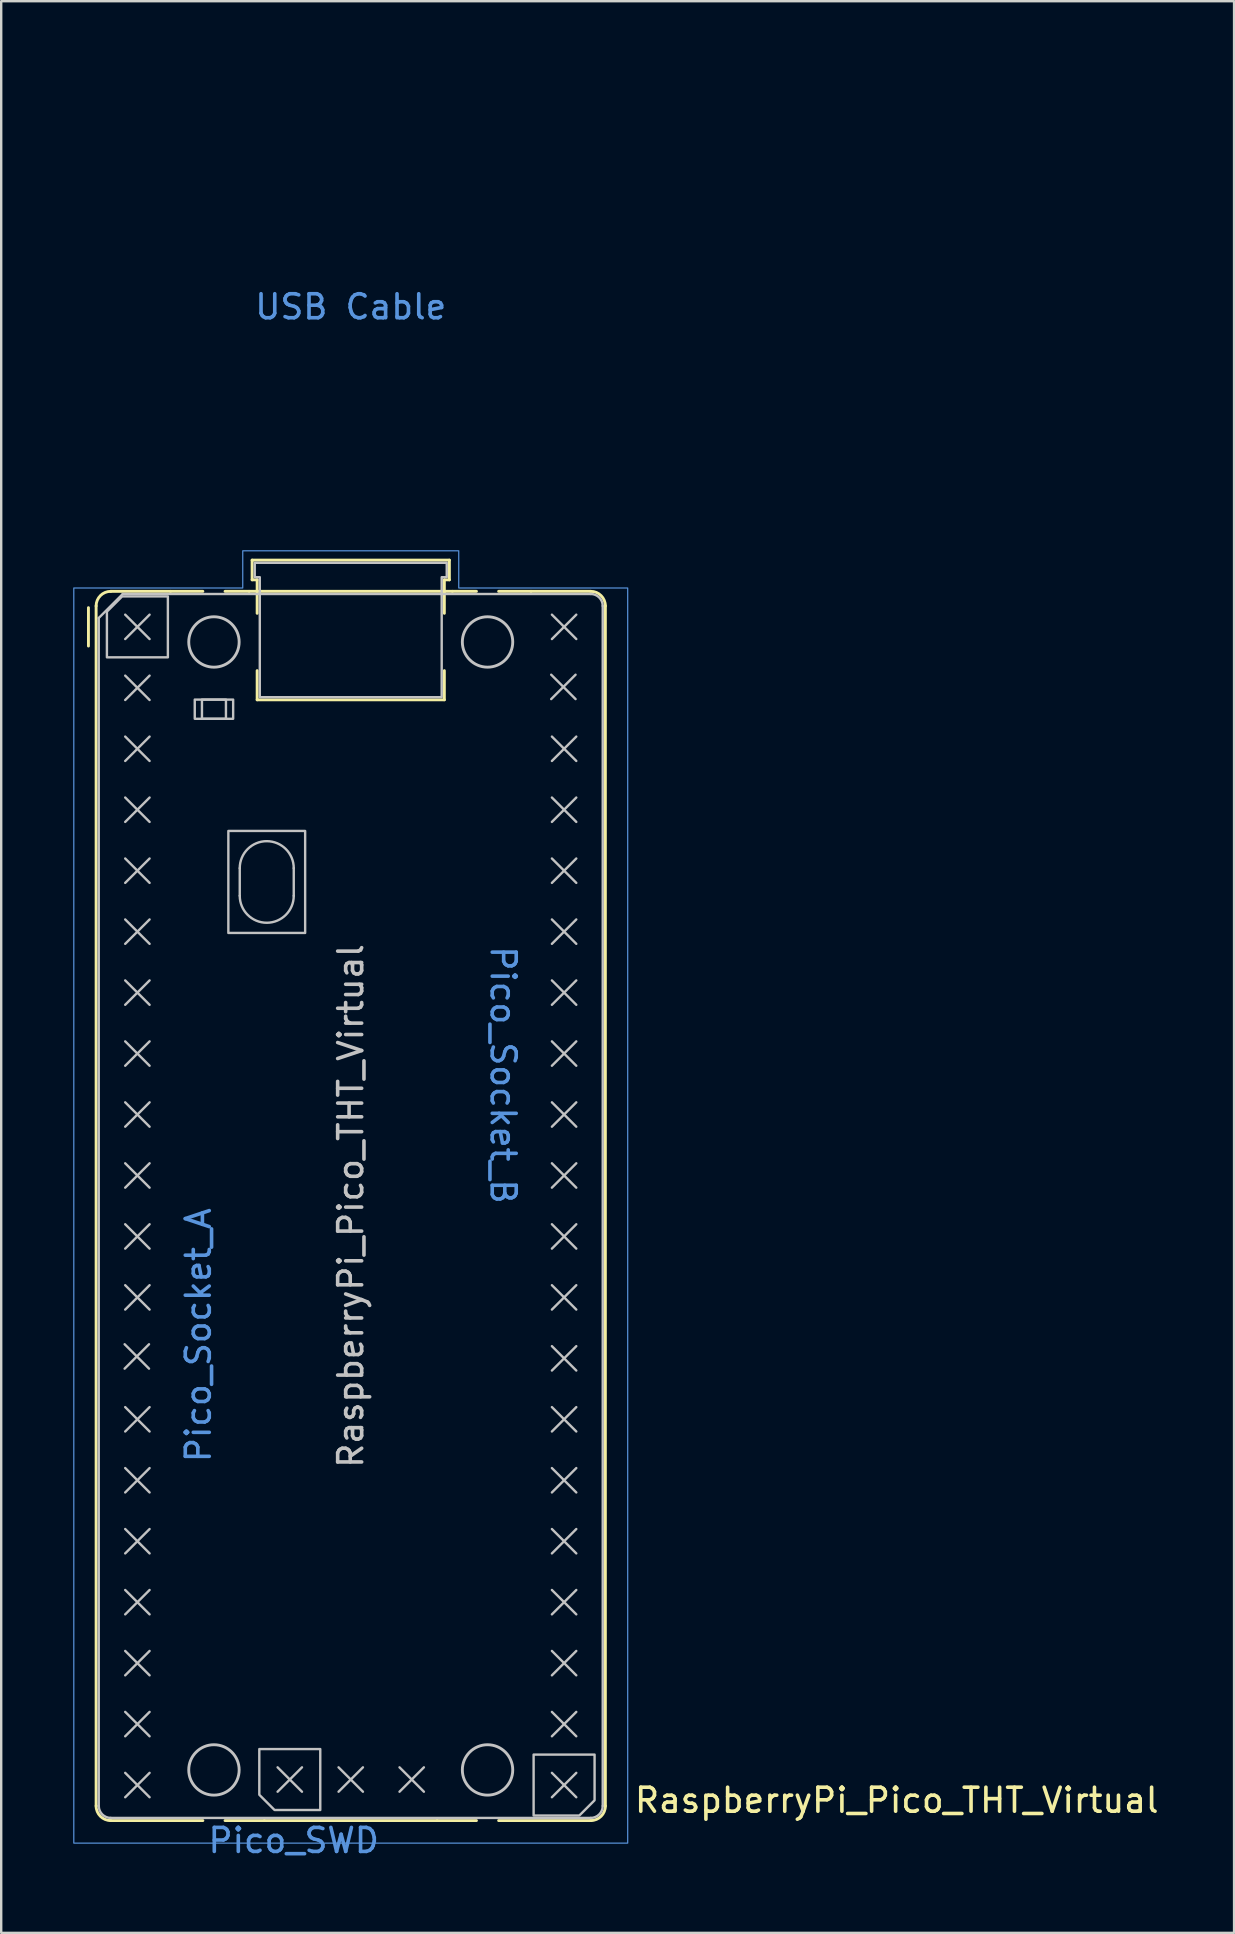
<source format=kicad_pcb>
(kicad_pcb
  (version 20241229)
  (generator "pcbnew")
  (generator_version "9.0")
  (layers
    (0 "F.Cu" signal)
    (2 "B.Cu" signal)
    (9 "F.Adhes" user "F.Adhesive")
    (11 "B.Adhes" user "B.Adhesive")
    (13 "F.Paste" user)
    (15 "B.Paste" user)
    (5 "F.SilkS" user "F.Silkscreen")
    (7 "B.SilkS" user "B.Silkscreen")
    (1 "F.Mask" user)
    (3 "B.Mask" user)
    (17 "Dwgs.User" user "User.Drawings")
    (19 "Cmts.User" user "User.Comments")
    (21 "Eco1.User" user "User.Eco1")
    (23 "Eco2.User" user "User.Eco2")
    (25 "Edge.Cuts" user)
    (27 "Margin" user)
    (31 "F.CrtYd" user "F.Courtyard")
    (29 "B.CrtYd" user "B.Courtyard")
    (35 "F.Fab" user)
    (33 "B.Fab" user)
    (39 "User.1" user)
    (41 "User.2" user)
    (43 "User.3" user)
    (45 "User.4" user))
  (footprint "RaspberryPi_Pico_THT_Virtual"
    (layer "F.Cu")
    (at 11.565 47.2)
    (property "Reference" "RaspberryPi_Pico_THT_Virtual" (at 11.748 24.765 0) (unlocked yes) (layer "F.SilkS") (effects (font (size 1 1) (thickness 0.15)) (justify left)))
    (attr exclude_from_pos_files allow_missing_courtyard)
    (fp_line (start -10.93 -23.33) (end -10.93 -24.93) (stroke (width 0.12) (type solid)) (layer "F.SilkS"))
    (fp_line (start -10.61 -25) (end -10.61 25) (stroke (width 0.12) (type solid)) (layer "F.SilkS"))
    (fp_line (start -10 -25.61) (end -7.51 -25.61) (stroke (width 0.12) (type solid)) (layer "F.SilkS"))
    (fp_line (start -10 25.61) (end -6.162 25.61) (stroke (width 0.12) (type solid)) (layer "F.SilkS"))
    (fp_line (start -7.51 -25.61) (end -6.162 -25.61) (stroke (width 0.12) (type solid)) (layer "F.SilkS"))
    (fp_line (start -5.238 -25.61) (end -4.235 -25.61) (stroke (width 0.12) (type solid)) (layer "F.SilkS"))
    (fp_line (start -4.235 -25.61) (end 4.235 -25.61) (stroke (width 0.12) (type solid)) (layer "F.SilkS"))
    (fp_line (start -4.11 -26.91) (end -4.11 -26.09) (stroke (width 0.12) (type solid)) (layer "F.SilkS"))
    (fp_line (start -4.11 -26.91) (end 4.11 -26.91) (stroke (width 0.12) (type solid)) (layer "F.SilkS"))
    (fp_line (start -4.11 -26.09) (end -3.9 -26.09) (stroke (width 0.12) (type solid)) (layer "F.SilkS"))
    (fp_line (start -3.9 -26.09) (end -3.9 -24.694) (stroke (width 0.12) (type solid)) (layer "F.SilkS"))
    (fp_line (start -3.9 -22.306) (end -3.9 -21.09) (stroke (width 0.12) (type solid)) (layer "F.SilkS"))
    (fp_line (start -3.6 25.61) (end -5.238 25.61) (stroke (width 0.12) (type solid)) (layer "F.SilkS"))
    (fp_line (start 3.6 25.61) (end -3.6 25.61) (stroke (width 0.12) (type solid)) (layer "F.SilkS"))
    (fp_line (start 3.9 -26.09) (end 3.9 -24.694) (stroke (width 0.12) (type solid)) (layer "F.SilkS"))
    (fp_line (start 3.9 -22.306) (end 3.9 -21.09) (stroke (width 0.12) (type solid)) (layer "F.SilkS"))
    (fp_line (start 3.9 -21.09) (end -3.9 -21.09) (stroke (width 0.12) (type solid)) (layer "F.SilkS"))
    (fp_line (start 4.11 -26.91) (end 4.11 -26.09) (stroke (width 0.12) (type solid)) (layer "F.SilkS"))
    (fp_line (start 4.11 -26.09) (end 3.9 -26.09) (stroke (width 0.12) (type solid)) (layer "F.SilkS"))
    (fp_line (start 4.235 -25.61) (end 5.238 -25.61) (stroke (width 0.12) (type solid)) (layer "F.SilkS"))
    (fp_line (start 5.238 25.61) (end 3.6 25.61) (stroke (width 0.12) (type solid)) (layer "F.SilkS"))
    (fp_line (start 6.162 -25.61) (end 7.51 -25.61) (stroke (width 0.12) (type solid)) (layer "F.SilkS"))
    (fp_line (start 6.162 25.61) (end 10 25.61) (stroke (width 0.12) (type solid)) (layer "F.SilkS"))
    (fp_line (start 7.51 -25.61) (end 10 -25.61) (stroke (width 0.12) (type solid)) (layer "F.SilkS"))
    (fp_line (start 10.61 -25) (end 10.61 25) (stroke (width 0.12) (type solid)) (layer "F.SilkS"))
    (fp_arc (start -10.61 -25) (mid -10.431335 -25.431335) (end -10 -25.61) (stroke (width 0.12) (type solid)) (layer "F.SilkS"))
    (fp_arc (start -10 25.61) (mid -10.431364 25.431364) (end -10.61 25) (stroke (width 0.12) (type solid)) (layer "F.SilkS"))
    (fp_arc (start 10 -25.61) (mid 10.431335 -25.431335) (end 10.61 -25) (stroke (width 0.12) (type solid)) (layer "F.SilkS"))
    (fp_arc (start 10.61 25) (mid 10.431335 25.431335) (end 10 25.61) (stroke (width 0.12) (type solid)) (layer "F.SilkS"))
    (fp_line (start -10.5 -24.5) (end -9.5 -25.5) (stroke (width 0.1) (type solid)) (layer "Dwgs.User"))
    (fp_line (start -10.5 25) (end -10.5 -24.5) (stroke (width 0.1) (type solid)) (layer "Dwgs.User"))
    (fp_line (start -9.5 -25.5) (end 10 -25.5) (stroke (width 0.1) (type solid)) (layer "Dwgs.User"))
    (fp_line (start -9.422 5.763) (end -8.406 6.779) (stroke (width 0.1) (type solid)) (layer "Dwgs.User"))
    (fp_line (start -9.398 -24.638) (end -8.382 -23.622) (stroke (width 0.1) (type solid)) (layer "Dwgs.User"))
    (fp_line (start -9.398 -22.098) (end -8.382 -21.082) (stroke (width 0.1) (type solid)) (layer "Dwgs.User"))
    (fp_line (start -9.398 -19.558) (end -8.382 -18.542) (stroke (width 0.1) (type solid)) (layer "Dwgs.User"))
    (fp_line (start -9.398 -17.018) (end -8.382 -16.002) (stroke (width 0.1) (type solid)) (layer "Dwgs.User"))
    (fp_line (start -9.398 -14.478) (end -8.382 -13.462) (stroke (width 0.1) (type solid)) (layer "Dwgs.User"))
    (fp_line (start -9.398 -11.938) (end -8.382 -10.922) (stroke (width 0.1) (type solid)) (layer "Dwgs.User"))
    (fp_line (start -9.398 -9.398) (end -8.382 -8.382) (stroke (width 0.1) (type solid)) (layer "Dwgs.User"))
    (fp_line (start -9.398 -6.858) (end -8.382 -5.842) (stroke (width 0.1) (type solid)) (layer "Dwgs.User"))
    (fp_line (start -9.398 -4.318) (end -8.382 -3.302) (stroke (width 0.1) (type solid)) (layer "Dwgs.User"))
    (fp_line (start -9.398 -1.778) (end -8.382 -0.762) (stroke (width 0.1) (type solid)) (layer "Dwgs.User"))
    (fp_line (start -9.398 0.762) (end -8.382 1.778) (stroke (width 0.1) (type solid)) (layer "Dwgs.User"))
    (fp_line (start -9.398 3.302) (end -8.382 4.318) (stroke (width 0.1) (type solid)) (layer "Dwgs.User"))
    (fp_line (start -9.398 8.382) (end -8.382 9.398) (stroke (width 0.1) (type solid)) (layer "Dwgs.User"))
    (fp_line (start -9.398 10.922) (end -8.382 11.938) (stroke (width 0.1) (type solid)) (layer "Dwgs.User"))
    (fp_line (start -9.398 13.462) (end -8.382 14.478) (stroke (width 0.1) (type solid)) (layer "Dwgs.User"))
    (fp_line (start -9.398 16.002) (end -8.382 17.018) (stroke (width 0.1) (type solid)) (layer "Dwgs.User"))
    (fp_line (start -9.398 18.542) (end -8.382 19.558) (stroke (width 0.1) (type solid)) (layer "Dwgs.User"))
    (fp_line (start -9.398 21.082) (end -8.382 22.098) (stroke (width 0.1) (type solid)) (layer "Dwgs.User"))
    (fp_line (start -9.398 23.622) (end -8.382 24.638) (stroke (width 0.1) (type solid)) (layer "Dwgs.User"))
    (fp_line (start -8.406 5.763) (end -9.422 6.779) (stroke (width 0.1) (type solid)) (layer "Dwgs.User"))
    (fp_line (start -8.382 -24.638) (end -9.398 -23.622) (stroke (width 0.1) (type solid)) (layer "Dwgs.User"))
    (fp_line (start -8.382 -22.098) (end -9.398 -21.082) (stroke (width 0.1) (type solid)) (layer "Dwgs.User"))
    (fp_line (start -8.382 -19.558) (end -9.398 -18.542) (stroke (width 0.1) (type solid)) (layer "Dwgs.User"))
    (fp_line (start -8.382 -17.018) (end -9.398 -16.002) (stroke (width 0.1) (type solid)) (layer "Dwgs.User"))
    (fp_line (start -8.382 -14.478) (end -9.398 -13.462) (stroke (width 0.1) (type solid)) (layer "Dwgs.User"))
    (fp_line (start -8.382 -11.938) (end -9.398 -10.922) (stroke (width 0.1) (type solid)) (layer "Dwgs.User"))
    (fp_line (start -8.382 -9.398) (end -9.398 -8.382) (stroke (width 0.1) (type solid)) (layer "Dwgs.User"))
    (fp_line (start -8.382 -6.858) (end -9.398 -5.842) (stroke (width 0.1) (type solid)) (layer "Dwgs.User"))
    (fp_line (start -8.382 -4.318) (end -9.398 -3.302) (stroke (width 0.1) (type solid)) (layer "Dwgs.User"))
    (fp_line (start -8.382 -1.778) (end -9.398 -0.762) (stroke (width 0.1) (type solid)) (layer "Dwgs.User"))
    (fp_line (start -8.382 0.762) (end -9.398 1.778) (stroke (width 0.1) (type solid)) (layer "Dwgs.User"))
    (fp_line (start -8.382 3.302) (end -9.398 4.318) (stroke (width 0.1) (type solid)) (layer "Dwgs.User"))
    (fp_line (start -8.382 8.382) (end -9.398 9.398) (stroke (width 0.1) (type solid)) (layer "Dwgs.User"))
    (fp_line (start -8.382 10.922) (end -9.398 11.938) (stroke (width 0.1) (type solid)) (layer "Dwgs.User"))
    (fp_line (start -8.382 13.462) (end -9.398 14.478) (stroke (width 0.1) (type solid)) (layer "Dwgs.User"))
    (fp_line (start -8.382 16.002) (end -9.398 17.018) (stroke (width 0.1) (type solid)) (layer "Dwgs.User"))
    (fp_line (start -8.382 18.542) (end -9.398 19.558) (stroke (width 0.1) (type solid)) (layer "Dwgs.User"))
    (fp_line (start -8.382 21.082) (end -9.398 22.098) (stroke (width 0.1) (type solid)) (layer "Dwgs.User"))
    (fp_line (start -8.382 23.622) (end -9.398 24.638) (stroke (width 0.1) (type solid)) (layer "Dwgs.User"))
    (fp_line (start -4.625 -14.075) (end -4.625 -12.925) (stroke (width 0.1) (type solid)) (layer "Dwgs.User"))
    (fp_line (start -3.048 23.392) (end -2.032 24.408) (stroke (width 0.1) (type solid)) (layer "Dwgs.User"))
    (fp_line (start -2.375 -14.075) (end -2.375 -12.925) (stroke (width 0.1) (type solid)) (layer "Dwgs.User"))
    (fp_line (start -2.032 23.392) (end -3.048 24.408) (stroke (width 0.1) (type solid)) (layer "Dwgs.User"))
    (fp_line (start -0.508 23.392) (end 0.508 24.408) (stroke (width 0.1) (type solid)) (layer "Dwgs.User"))
    (fp_line (start 0.508 23.392) (end -0.508 24.408) (stroke (width 0.1) (type solid)) (layer "Dwgs.User"))
    (fp_line (start 2.032 23.392) (end 3.048 24.408) (stroke (width 0.1) (type solid)) (layer "Dwgs.User"))
    (fp_line (start 3.048 23.392) (end 2.032 24.408) (stroke (width 0.1) (type solid)) (layer "Dwgs.User"))
    (fp_line (start 8.352 -22.136) (end 9.368 -21.12) (stroke (width 0.1) (type solid)) (layer "Dwgs.User"))
    (fp_line (start 8.382 -24.638) (end 9.398 -23.622) (stroke (width 0.1) (type solid)) (layer "Dwgs.User"))
    (fp_line (start 8.382 -19.558) (end 9.398 -18.542) (stroke (width 0.1) (type solid)) (layer "Dwgs.User"))
    (fp_line (start 8.382 -17.018) (end 9.398 -16.002) (stroke (width 0.1) (type solid)) (layer "Dwgs.User"))
    (fp_line (start 8.382 -14.478) (end 9.398 -13.462) (stroke (width 0.1) (type solid)) (layer "Dwgs.User"))
    (fp_line (start 8.382 -11.938) (end 9.398 -10.922) (stroke (width 0.1) (type solid)) (layer "Dwgs.User"))
    (fp_line (start 8.382 -9.398) (end 9.398 -8.382) (stroke (width 0.1) (type solid)) (layer "Dwgs.User"))
    (fp_line (start 8.382 -6.858) (end 9.398 -5.842) (stroke (width 0.1) (type solid)) (layer "Dwgs.User"))
    (fp_line (start 8.382 -4.318) (end 9.398 -3.302) (stroke (width 0.1) (type solid)) (layer "Dwgs.User"))
    (fp_line (start 8.382 -1.778) (end 9.398 -0.762) (stroke (width 0.1) (type solid)) (layer "Dwgs.User"))
    (fp_line (start 8.382 0.762) (end 9.398 1.778) (stroke (width 0.1) (type solid)) (layer "Dwgs.User"))
    (fp_line (start 8.382 3.302) (end 9.398 4.318) (stroke (width 0.1) (type solid)) (layer "Dwgs.User"))
    (fp_line (start 8.382 5.842) (end 9.398 6.858) (stroke (width 0.1) (type solid)) (layer "Dwgs.User"))
    (fp_line (start 8.382 8.382) (end 9.398 9.398) (stroke (width 0.1) (type solid)) (layer "Dwgs.User"))
    (fp_line (start 8.382 10.922) (end 9.398 11.938) (stroke (width 0.1) (type solid)) (layer "Dwgs.User"))
    (fp_line (start 8.382 13.462) (end 9.398 14.478) (stroke (width 0.1) (type solid)) (layer "Dwgs.User"))
    (fp_line (start 8.382 16.002) (end 9.398 17.018) (stroke (width 0.1) (type solid)) (layer "Dwgs.User"))
    (fp_line (start 8.382 18.542) (end 9.398 19.558) (stroke (width 0.1) (type solid)) (layer "Dwgs.User"))
    (fp_line (start 8.382 21.082) (end 9.398 22.098) (stroke (width 0.1) (type solid)) (layer "Dwgs.User"))
    (fp_line (start 8.382 23.622) (end 9.398 24.638) (stroke (width 0.1) (type solid)) (layer "Dwgs.User"))
    (fp_line (start 9.368 -22.136) (end 8.352 -21.12) (stroke (width 0.1) (type solid)) (layer "Dwgs.User"))
    (fp_line (start 9.398 -24.638) (end 8.382 -23.622) (stroke (width 0.1) (type solid)) (layer "Dwgs.User"))
    (fp_line (start 9.398 -19.558) (end 8.382 -18.542) (stroke (width 0.1) (type solid)) (layer "Dwgs.User"))
    (fp_line (start 9.398 -17.018) (end 8.382 -16.002) (stroke (width 0.1) (type solid)) (layer "Dwgs.User"))
    (fp_line (start 9.398 -14.478) (end 8.382 -13.462) (stroke (width 0.1) (type solid)) (layer "Dwgs.User"))
    (fp_line (start 9.398 -11.938) (end 8.382 -10.922) (stroke (width 0.1) (type solid)) (layer "Dwgs.User"))
    (fp_line (start 9.398 -9.398) (end 8.382 -8.382) (stroke (width 0.1) (type solid)) (layer "Dwgs.User"))
    (fp_line (start 9.398 -6.858) (end 8.382 -5.842) (stroke (width 0.1) (type solid)) (layer "Dwgs.User"))
    (fp_line (start 9.398 -4.318) (end 8.382 -3.302) (stroke (width 0.1) (type solid)) (layer "Dwgs.User"))
    (fp_line (start 9.398 -1.778) (end 8.382 -0.762) (stroke (width 0.1) (type solid)) (layer "Dwgs.User"))
    (fp_line (start 9.398 0.762) (end 8.382 1.778) (stroke (width 0.1) (type solid)) (layer "Dwgs.User"))
    (fp_line (start 9.398 3.302) (end 8.382 4.318) (stroke (width 0.1) (type solid)) (layer "Dwgs.User"))
    (fp_line (start 9.398 5.842) (end 8.382 6.858) (stroke (width 0.1) (type solid)) (layer "Dwgs.User"))
    (fp_line (start 9.398 8.382) (end 8.382 9.398) (stroke (width 0.1) (type solid)) (layer "Dwgs.User"))
    (fp_line (start 9.398 10.922) (end 8.382 11.938) (stroke (width 0.1) (type solid)) (layer "Dwgs.User"))
    (fp_line (start 9.398 13.462) (end 8.382 14.478) (stroke (width 0.1) (type solid)) (layer "Dwgs.User"))
    (fp_line (start 9.398 16.002) (end 8.382 17.018) (stroke (width 0.1) (type solid)) (layer "Dwgs.User"))
    (fp_line (start 9.398 18.542) (end 8.382 19.558) (stroke (width 0.1) (type solid)) (layer "Dwgs.User"))
    (fp_line (start 9.398 21.082) (end 8.382 22.098) (stroke (width 0.1) (type solid)) (layer "Dwgs.User"))
    (fp_line (start 9.398 23.622) (end 8.382 24.638) (stroke (width 0.1) (type solid)) (layer "Dwgs.User"))
    (fp_line (start 10 25.5) (end -10 25.5) (stroke (width 0.1) (type solid)) (layer "Dwgs.User"))
    (fp_line (start 10.5 -25) (end 10.5 25) (stroke (width 0.1) (type solid)) (layer "Dwgs.User"))
    (fp_rect (start -6.5 -21.1) (end -4.9 -20.3) (stroke (width 0.1) (type solid)) (fill no) (layer "Dwgs.User"))
    (fp_rect (start -6.2 -21.1) (end -5.2 -20.3) (stroke (width 0.1) (type solid)) (fill no) (layer "Dwgs.User"))
    (fp_rect (start -5.1 -15.625) (end -1.9 -11.375) (stroke (width 0.1) (type solid)) (fill no) (layer "Dwgs.User"))
    (fp_arc (start -10 25.5) (mid -10.353553 25.353553) (end -10.5 25) (stroke (width 0.1) (type solid)) (layer "Dwgs.User"))
    (fp_arc (start -4.625 -14.075) (mid -3.5 -15.2) (end -2.375 -14.075) (stroke (width 0.1) (type solid)) (layer "Dwgs.User"))
    (fp_arc (start -2.375 -12.925) (mid -3.5 -11.8) (end -4.625 -12.925) (stroke (width 0.1) (type solid)) (layer "Dwgs.User"))
    (fp_arc (start 10 -25.5) (mid 10.353553 -25.353553) (end 10.5 -25) (stroke (width 0.1) (type solid)) (layer "Dwgs.User"))
    (fp_arc (start 10.5 25) (mid 10.353553 25.353553) (end 10 25.5) (stroke (width 0.1) (type solid)) (layer "Dwgs.User"))
    (fp_circle (center -5.7 -23.5) (end -4.65 -23.5) (stroke (width 0.12) (type solid)) (fill no) (layer "Dwgs.User"))
    (fp_circle (center -5.7 23.5) (end -4.65 23.5) (stroke (width 0.12) (type solid)) (fill no) (layer "Dwgs.User"))
    (fp_circle (center 5.7 -23.5) (end 6.75 -23.5) (stroke (width 0.12) (type solid)) (fill no) (layer "Dwgs.User"))
    (fp_circle (center 5.7 23.5) (end 6.75 23.5) (stroke (width 0.12) (type solid)) (fill no) (layer "Dwgs.User"))
    (fp_poly (pts (xy -10.16 -24.765) (xy -10.16 -22.86) (xy -7.62 -22.86) (xy -7.62 -25.4) (xy -9.525 -25.4)) (stroke (width 0.1) (type solid)) (fill no) (layer "Dwgs.User"))
    (fp_poly (pts (xy -3.175 25.17) (xy -1.27 25.17) (xy -1.27 22.63) (xy -3.81 22.63) (xy -3.81 24.535)) (stroke (width 0.1) (type solid)) (fill no) (layer "Dwgs.User"))
    (fp_poly (pts (xy 10.16 24.765) (xy 10.16 22.86) (xy 7.62 22.86) (xy 7.62 25.4) (xy 9.525 25.4)) (stroke (width 0.1) (type solid)) (fill no) (layer "Dwgs.User"))
    (fp_poly (pts (xy 3.79 -21.2) (xy 3.79 -26.2) (xy 4 -26.2) (xy 4 -26.8) (xy -4 -26.8) (xy -4 -26.2) (xy -3.79 -26.2) (xy -3.79 -21.2)) (stroke (width 0.1) (type solid)) (fill no) (layer "Dwgs.User"))
    (fp_poly (pts (xy -4.5 -27.3) (xy 4.5 -27.3) (xy 4.5 -25.75) (xy 11.54 -25.75) (xy 11.54 26.55) (xy -11.54 26.55) (xy -11.54 -25.75) (xy -4.5 -25.75)) (stroke (width 0.05) (type solid)) (fill no) (layer "Cmts.User"))
    (fp_text user "${REFERENCE}" (at 0 0 90) (layer "Dwgs.User") (effects (font (size 1 1) (thickness 0.15))))
    (fp_text user "USB Cable" (at 0 -37.465 0) (unlocked yes) (layer "Cmts.User") (effects (font (size 1 1) (thickness 0.15))))
    (fp_text user "Pico_Socket_A" (at -6.35 0 90) (unlocked yes) (layer "Cmts.User") (effects (font (size 1 1) (thickness 0.15)) (justify right)))
    (fp_text user "Pico_SWD" (at 1.27 26.44 0) (unlocked yes) (layer "Cmts.User") (effects (font (size 1 1) (thickness 0.15)) (justify right)))
    (fp_text user "Pico_Socket_B" (at 6.35 0 270) (unlocked yes) (layer "Cmts.User") (effects (font (size 1 1) (thickness 0.15)) (justify right)))
    (zone (net_name "") (layer "F.CrtYd") (name "USB Cable") (hatch edge 0.5) (connect_pads) (min_thickness 0.254) (filled_areas_thickness no) (keepout (tracks allowed) (vias allowed) (pads allowed) (copperpour allowed) (footprints allowed)) (placement (enabled no)) (fill) (polygon (pts (xy 5.815 19.5) (xy 7.625 19.5) (xy 7.625 19.9) (xy 15.505 19.9) (xy 15.505 19.5) (xy 17.315 19.5) (xy 17.315 0) (xy 5.815 0)))))
  (gr_rect
    (start -3 -3)
    (end 48.372 77.488)
    (stroke (width 0.1) (type default))
    (fill no)
    (layer "Edge.Cuts")))
</source>
